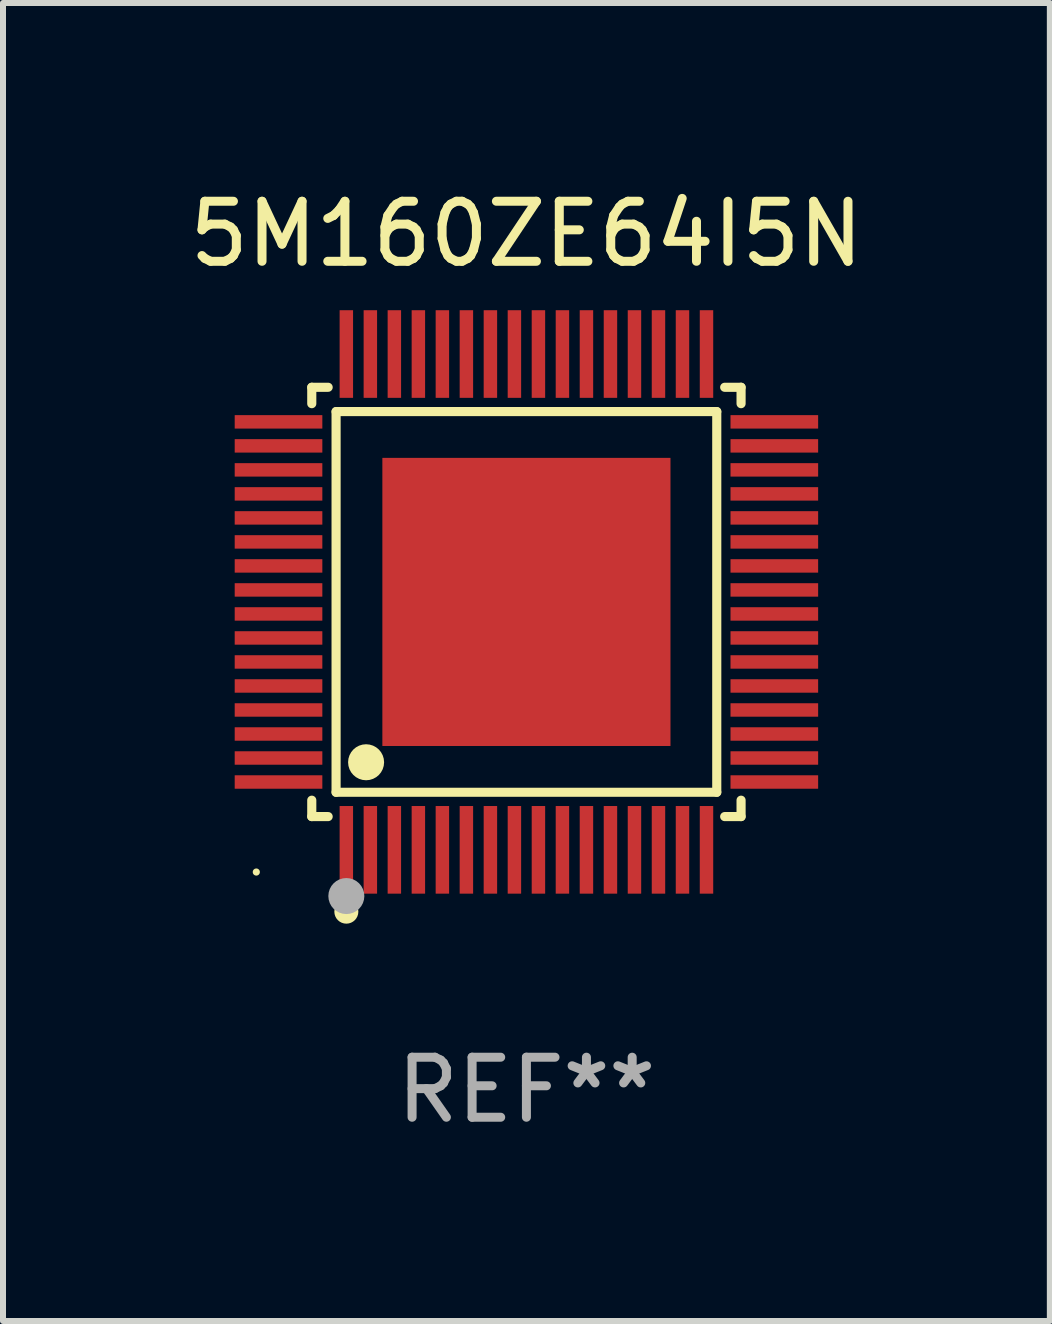
<source format=kicad_pcb>
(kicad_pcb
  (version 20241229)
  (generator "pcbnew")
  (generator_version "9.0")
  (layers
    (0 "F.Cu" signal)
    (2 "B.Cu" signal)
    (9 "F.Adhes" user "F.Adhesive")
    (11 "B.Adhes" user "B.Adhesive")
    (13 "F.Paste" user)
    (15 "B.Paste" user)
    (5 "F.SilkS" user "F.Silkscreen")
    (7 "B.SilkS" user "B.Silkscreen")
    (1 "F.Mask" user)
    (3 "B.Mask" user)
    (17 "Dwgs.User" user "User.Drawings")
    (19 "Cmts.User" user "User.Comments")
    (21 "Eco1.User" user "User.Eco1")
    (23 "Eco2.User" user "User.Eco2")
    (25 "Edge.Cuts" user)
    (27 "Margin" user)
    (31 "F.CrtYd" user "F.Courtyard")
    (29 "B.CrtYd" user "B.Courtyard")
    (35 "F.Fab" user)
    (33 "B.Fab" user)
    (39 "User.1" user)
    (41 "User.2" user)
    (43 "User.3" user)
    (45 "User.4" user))
  (footprint "5M160ZE64I5N"
    (layer "F.Cu")
    (at 5.72 6.978)
    (property "Reference" "5M160ZE64I5N" (at 0 -6.13 0) (layer "F.SilkS") (effects (font (size 1 1) (thickness 0.15))))
    (attr through_hole)
    (fp_line (start -3.576 -3.576) (end -3.303 -3.576) (stroke (width 0.152) (type solid)) (layer "F.SilkS"))
    (fp_line (start -3.576 -3.303) (end -3.576 -3.576) (stroke (width 0.152) (type solid)) (layer "F.SilkS"))
    (fp_line (start -3.576 3.303) (end -3.576 3.576) (stroke (width 0.152) (type solid)) (layer "F.SilkS"))
    (fp_line (start -3.576 3.576) (end -3.303 3.576) (stroke (width 0.152) (type solid)) (layer "F.SilkS"))
    (fp_line (start -3.171 -3.171) (end 3.171 -3.171) (stroke (width 0.152) (type solid)) (layer "F.SilkS"))
    (fp_line (start -3.171 3.171) (end -3.171 -3.171) (stroke (width 0.152) (type solid)) (layer "F.SilkS"))
    (fp_line (start 3.171 -3.171) (end 3.171 3.171) (stroke (width 0.152) (type solid)) (layer "F.SilkS"))
    (fp_line (start 3.171 3.171) (end -3.171 3.171) (stroke (width 0.152) (type solid)) (layer "F.SilkS"))
    (fp_line (start 3.576 -3.576) (end 3.303 -3.576) (stroke (width 0.152) (type solid)) (layer "F.SilkS"))
    (fp_line (start 3.576 -3.303) (end 3.576 -3.576) (stroke (width 0.152) (type solid)) (layer "F.SilkS"))
    (fp_line (start 3.576 3.303) (end 3.576 3.576) (stroke (width 0.152) (type solid)) (layer "F.SilkS"))
    (fp_line (start 3.576 3.576) (end 3.303 3.576) (stroke (width 0.152) (type solid)) (layer "F.SilkS"))
    (fp_circle (center -4.5 4.5) (end -4.47 4.5) (stroke (width 0.06) (type solid)) (fill no) (layer "F.SilkS"))
    (fp_circle (center -3 5.16) (end -2.9 5.16) (stroke (width 0.2) (type solid)) (fill no) (layer "F.SilkS"))
    (fp_circle (center -2.671 2.671) (end -2.521 2.671) (stroke (width 0.3) (type solid)) (fill no) (layer "F.SilkS"))
    (fp_circle (center -3 4.9) (end -2.85 4.9) (stroke (width 0.3) (type solid)) (fill no) (layer "F.Fab"))
    (fp_text user "REF**" (at 0 8.13 0) (layer "F.Fab") (effects (font (size 1 1) (thickness 0.15))))
    (pad "1" smd rect (at -3 4.13) (size 0.224 1.46) (layers "F.Cu" "F.Mask" "F.Paste"))
    (pad "2" smd rect (at -2.6 4.13) (size 0.224 1.46) (layers "F.Cu" "F.Mask" "F.Paste"))
    (pad "3" smd rect (at -2.2 4.13) (size 0.224 1.46) (layers "F.Cu" "F.Mask" "F.Paste"))
    (pad "4" smd rect (at -1.8 4.13) (size 0.224 1.46) (layers "F.Cu" "F.Mask" "F.Paste"))
    (pad "5" smd rect (at -1.4 4.13) (size 0.224 1.46) (layers "F.Cu" "F.Mask" "F.Paste"))
    (pad "6" smd rect (at -1 4.13) (size 0.224 1.46) (layers "F.Cu" "F.Mask" "F.Paste"))
    (pad "7" smd rect (at -0.6 4.13) (size 0.224 1.46) (layers "F.Cu" "F.Mask" "F.Paste"))
    (pad "8" smd rect (at -0.2 4.13) (size 0.224 1.46) (layers "F.Cu" "F.Mask" "F.Paste"))
    (pad "9" smd rect (at 0.2 4.13) (size 0.224 1.46) (layers "F.Cu" "F.Mask" "F.Paste"))
    (pad "10" smd rect (at 0.6 4.13) (size 0.224 1.46) (layers "F.Cu" "F.Mask" "F.Paste"))
    (pad "11" smd rect (at 1 4.13) (size 0.224 1.46) (layers "F.Cu" "F.Mask" "F.Paste"))
    (pad "12" smd rect (at 1.4 4.13) (size 0.224 1.46) (layers "F.Cu" "F.Mask" "F.Paste"))
    (pad "13" smd rect (at 1.8 4.13) (size 0.224 1.46) (layers "F.Cu" "F.Mask" "F.Paste"))
    (pad "14" smd rect (at 2.2 4.13) (size 0.224 1.46) (layers "F.Cu" "F.Mask" "F.Paste"))
    (pad "15" smd rect (at 2.6 4.13) (size 0.224 1.46) (layers "F.Cu" "F.Mask" "F.Paste"))
    (pad "16" smd rect (at 3 4.13) (size 0.224 1.46) (layers "F.Cu" "F.Mask" "F.Paste"))
    (pad "17" smd rect (at 4.13 3) (size 1.46 0.224) (layers "F.Cu" "F.Mask" "F.Paste"))
    (pad "18" smd rect (at 4.13 2.6) (size 1.46 0.224) (layers "F.Cu" "F.Mask" "F.Paste"))
    (pad "19" smd rect (at 4.13 2.2) (size 1.46 0.224) (layers "F.Cu" "F.Mask" "F.Paste"))
    (pad "20" smd rect (at 4.13 1.8) (size 1.46 0.224) (layers "F.Cu" "F.Mask" "F.Paste"))
    (pad "21" smd rect (at 4.13 1.4) (size 1.46 0.224) (layers "F.Cu" "F.Mask" "F.Paste"))
    (pad "22" smd rect (at 4.13 1) (size 1.46 0.224) (layers "F.Cu" "F.Mask" "F.Paste"))
    (pad "23" smd rect (at 4.13 0.6) (size 1.46 0.224) (layers "F.Cu" "F.Mask" "F.Paste"))
    (pad "24" smd rect (at 4.13 0.2) (size 1.46 0.224) (layers "F.Cu" "F.Mask" "F.Paste"))
    (pad "25" smd rect (at 4.13 -0.2) (size 1.46 0.224) (layers "F.Cu" "F.Mask" "F.Paste"))
    (pad "26" smd rect (at 4.13 -0.6) (size 1.46 0.224) (layers "F.Cu" "F.Mask" "F.Paste"))
    (pad "27" smd rect (at 4.13 -1) (size 1.46 0.224) (layers "F.Cu" "F.Mask" "F.Paste"))
    (pad "28" smd rect (at 4.13 -1.4) (size 1.46 0.224) (layers "F.Cu" "F.Mask" "F.Paste"))
    (pad "29" smd rect (at 4.13 -1.8) (size 1.46 0.224) (layers "F.Cu" "F.Mask" "F.Paste"))
    (pad "30" smd rect (at 4.13 -2.2) (size 1.46 0.224) (layers "F.Cu" "F.Mask" "F.Paste"))
    (pad "31" smd rect (at 4.13 -2.6) (size 1.46 0.224) (layers "F.Cu" "F.Mask" "F.Paste"))
    (pad "32" smd rect (at 4.13 -3) (size 1.46 0.224) (layers "F.Cu" "F.Mask" "F.Paste"))
    (pad "33" smd rect (at 3 -4.13) (size 0.224 1.46) (layers "F.Cu" "F.Mask" "F.Paste"))
    (pad "34" smd rect (at 2.6 -4.13) (size 0.224 1.46) (layers "F.Cu" "F.Mask" "F.Paste"))
    (pad "35" smd rect (at 2.2 -4.13) (size 0.224 1.46) (layers "F.Cu" "F.Mask" "F.Paste"))
    (pad "36" smd rect (at 1.8 -4.13) (size 0.224 1.46) (layers "F.Cu" "F.Mask" "F.Paste"))
    (pad "37" smd rect (at 1.4 -4.13) (size 0.224 1.46) (layers "F.Cu" "F.Mask" "F.Paste"))
    (pad "38" smd rect (at 1 -4.13) (size 0.224 1.46) (layers "F.Cu" "F.Mask" "F.Paste"))
    (pad "39" smd rect (at 0.6 -4.13) (size 0.224 1.46) (layers "F.Cu" "F.Mask" "F.Paste"))
    (pad "40" smd rect (at 0.2 -4.13) (size 0.224 1.46) (layers "F.Cu" "F.Mask" "F.Paste"))
    (pad "41" smd rect (at -0.2 -4.13) (size 0.224 1.46) (layers "F.Cu" "F.Mask" "F.Paste"))
    (pad "42" smd rect (at -0.6 -4.13) (size 0.224 1.46) (layers "F.Cu" "F.Mask" "F.Paste"))
    (pad "43" smd rect (at -1 -4.13) (size 0.224 1.46) (layers "F.Cu" "F.Mask" "F.Paste"))
    (pad "44" smd rect (at -1.4 -4.13) (size 0.224 1.46) (layers "F.Cu" "F.Mask" "F.Paste"))
    (pad "45" smd rect (at -1.8 -4.13) (size 0.224 1.46) (layers "F.Cu" "F.Mask" "F.Paste"))
    (pad "46" smd rect (at -2.2 -4.13) (size 0.224 1.46) (layers "F.Cu" "F.Mask" "F.Paste"))
    (pad "47" smd rect (at -2.6 -4.13) (size 0.224 1.46) (layers "F.Cu" "F.Mask" "F.Paste"))
    (pad "48" smd rect (at -3 -4.13) (size 0.224 1.46) (layers "F.Cu" "F.Mask" "F.Paste"))
    (pad "49" smd rect (at -4.13 -3) (size 1.46 0.224) (layers "F.Cu" "F.Mask" "F.Paste"))
    (pad "50" smd rect (at -4.13 -2.6) (size 1.46 0.224) (layers "F.Cu" "F.Mask" "F.Paste"))
    (pad "51" smd rect (at -4.13 -2.2) (size 1.46 0.224) (layers "F.Cu" "F.Mask" "F.Paste"))
    (pad "52" smd rect (at -4.13 -1.8) (size 1.46 0.224) (layers "F.Cu" "F.Mask" "F.Paste"))
    (pad "53" smd rect (at -4.13 -1.4) (size 1.46 0.224) (layers "F.Cu" "F.Mask" "F.Paste"))
    (pad "54" smd rect (at -4.13 -1) (size 1.46 0.224) (layers "F.Cu" "F.Mask" "F.Paste"))
    (pad "55" smd rect (at -4.13 -0.6) (size 1.46 0.224) (layers "F.Cu" "F.Mask" "F.Paste"))
    (pad "56" smd rect (at -4.13 -0.2) (size 1.46 0.224) (layers "F.Cu" "F.Mask" "F.Paste"))
    (pad "57" smd rect (at -4.13 0.2) (size 1.46 0.224) (layers "F.Cu" "F.Mask" "F.Paste"))
    (pad "58" smd rect (at -4.13 0.6) (size 1.46 0.224) (layers "F.Cu" "F.Mask" "F.Paste"))
    (pad "59" smd rect (at -4.13 1) (size 1.46 0.224) (layers "F.Cu" "F.Mask" "F.Paste"))
    (pad "60" smd rect (at -4.13 1.4) (size 1.46 0.224) (layers "F.Cu" "F.Mask" "F.Paste"))
    (pad "61" smd rect (at -4.13 1.8) (size 1.46 0.224) (layers "F.Cu" "F.Mask" "F.Paste"))
    (pad "62" smd rect (at -4.13 2.2) (size 1.46 0.224) (layers "F.Cu" "F.Mask" "F.Paste"))
    (pad "63" smd rect (at -4.13 2.6) (size 1.46 0.224) (layers "F.Cu" "F.Mask" "F.Paste"))
    (pad "64" smd rect (at -4.13 3) (size 1.46 0.224) (layers "F.Cu" "F.Mask" "F.Paste"))
    (pad "65" smd rect (at 0 0) (size 4.8 4.8) (layers "F.Cu" "F.Mask" "F.Paste")))
  (gr_rect
    (start -3 -3)
    (end 14.44 18.957)
    (stroke (width 0.1) (type default))
    (fill no)
    (layer "Edge.Cuts")))
</source>
